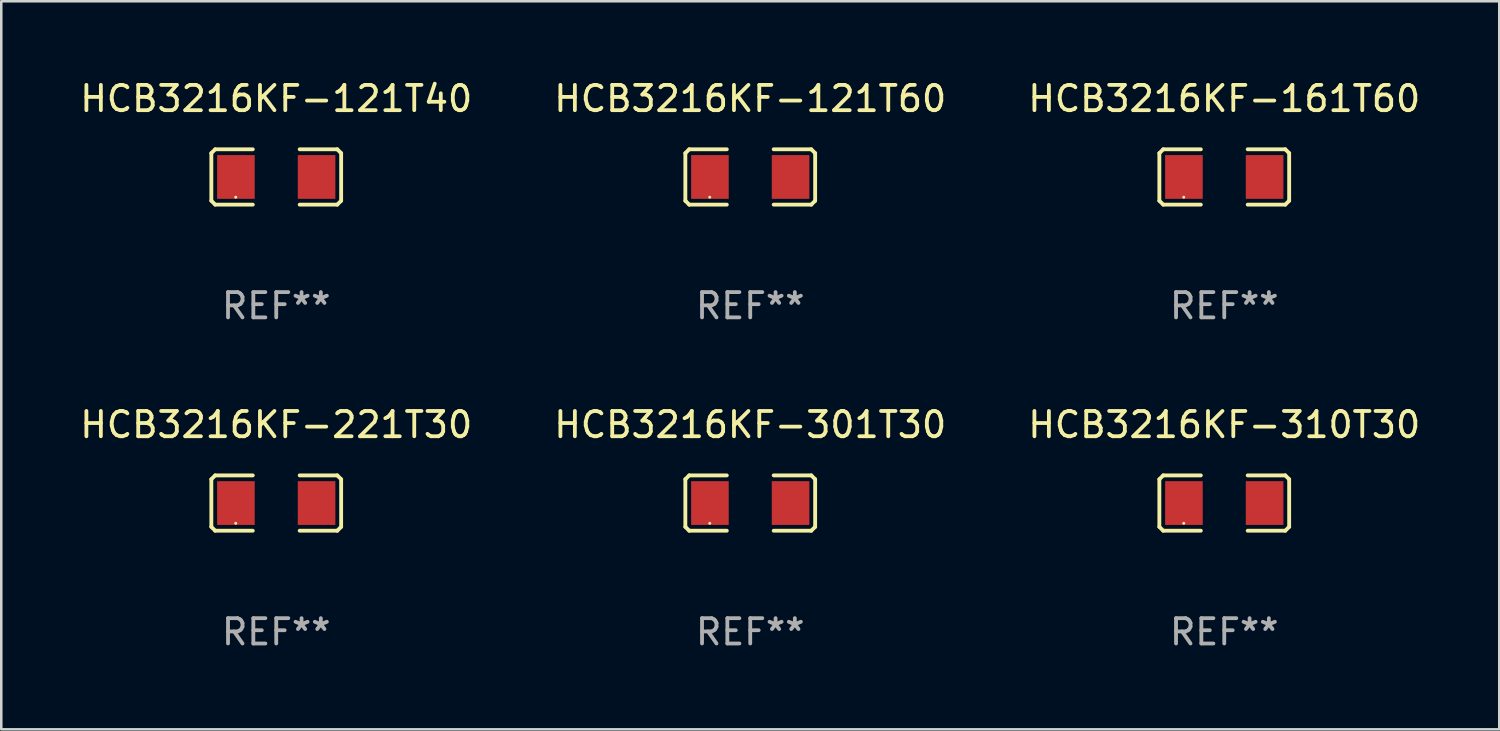
<source format=kicad_pcb>
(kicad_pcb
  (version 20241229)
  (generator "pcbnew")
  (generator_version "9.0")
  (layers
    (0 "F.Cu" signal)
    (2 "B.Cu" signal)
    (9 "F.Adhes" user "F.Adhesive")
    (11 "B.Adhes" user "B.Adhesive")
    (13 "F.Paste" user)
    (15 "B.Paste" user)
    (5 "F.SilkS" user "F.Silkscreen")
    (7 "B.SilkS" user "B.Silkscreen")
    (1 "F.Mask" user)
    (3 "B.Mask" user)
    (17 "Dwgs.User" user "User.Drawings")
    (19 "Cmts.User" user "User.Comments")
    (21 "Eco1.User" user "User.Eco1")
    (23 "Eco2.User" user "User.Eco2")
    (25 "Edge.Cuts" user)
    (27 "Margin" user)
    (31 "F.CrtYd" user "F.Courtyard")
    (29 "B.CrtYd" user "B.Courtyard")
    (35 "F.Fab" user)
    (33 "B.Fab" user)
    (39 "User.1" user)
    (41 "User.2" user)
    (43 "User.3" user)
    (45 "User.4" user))
  (footprint "HCB3216KF-121T60"
    (layer "F.Cu")
    (at 26.589 3.941)
    (property "Reference" "HCB3216KF-121T60" (at 0 -3.093 0) (layer "F.SilkS") (effects (font (size 1 1) (thickness 0.15))))
    (attr through_hole)
    (fp_line (start -2.564 -0.94) (end -2.411 -1.093) (stroke (width 0.152) (type solid)) (layer "F.SilkS"))
    (fp_line (start -2.564 0.94) (end -2.564 -0.94) (stroke (width 0.152) (type solid)) (layer "F.SilkS"))
    (fp_line (start -2.411 -1.093) (end -0.926 -1.093) (stroke (width 0.152) (type solid)) (layer "F.SilkS"))
    (fp_line (start -2.411 1.093) (end -2.564 0.94) (stroke (width 0.152) (type solid)) (layer "F.SilkS"))
    (fp_line (start -0.926 1.093) (end -2.411 1.093) (stroke (width 0.152) (type solid)) (layer "F.SilkS"))
    (fp_line (start 0.926 1.093) (end 2.411 1.093) (stroke (width 0.152) (type solid)) (layer "F.SilkS"))
    (fp_line (start 2.411 -1.093) (end 0.926 -1.093) (stroke (width 0.152) (type solid)) (layer "F.SilkS"))
    (fp_line (start 2.411 1.093) (end 2.564 0.94) (stroke (width 0.152) (type solid)) (layer "F.SilkS"))
    (fp_line (start 2.564 -0.94) (end 2.411 -1.093) (stroke (width 0.152) (type solid)) (layer "F.SilkS"))
    (fp_line (start 2.564 0.94) (end 2.564 -0.94) (stroke (width 0.152) (type solid)) (layer "F.SilkS"))
    (fp_circle (center -1.6 0.8) (end -1.57 0.8) (stroke (width 0.06) (type solid)) (fill no) (layer "F.SilkS"))
    (fp_text user "REF**" (at 0 5.093 0) (layer "F.Fab") (effects (font (size 1 1) (thickness 0.15))))
    (pad "1" smd rect (at -1.593 0) (size 1.485 1.728) (layers "F.Cu" "F.Mask" "F.Paste"))
    (pad "2" smd rect (at 1.593 0) (size 1.485 1.728) (layers "F.Cu" "F.Mask" "F.Paste")))
  (footprint "HCB3216KF-161T60"
    (layer "F.Cu")
    (at 45.315 3.941)
    (property "Reference" "HCB3216KF-161T60" (at 0 -3.093 0) (layer "F.SilkS") (effects (font (size 1 1) (thickness 0.15))))
    (attr through_hole)
    (fp_line (start -2.564 -0.94) (end -2.411 -1.093) (stroke (width 0.152) (type solid)) (layer "F.SilkS"))
    (fp_line (start -2.564 0.94) (end -2.564 -0.94) (stroke (width 0.152) (type solid)) (layer "F.SilkS"))
    (fp_line (start -2.411 -1.093) (end -0.926 -1.093) (stroke (width 0.152) (type solid)) (layer "F.SilkS"))
    (fp_line (start -2.411 1.093) (end -2.564 0.94) (stroke (width 0.152) (type solid)) (layer "F.SilkS"))
    (fp_line (start -0.926 1.093) (end -2.411 1.093) (stroke (width 0.152) (type solid)) (layer "F.SilkS"))
    (fp_line (start 0.926 1.093) (end 2.411 1.093) (stroke (width 0.152) (type solid)) (layer "F.SilkS"))
    (fp_line (start 2.411 -1.093) (end 0.926 -1.093) (stroke (width 0.152) (type solid)) (layer "F.SilkS"))
    (fp_line (start 2.411 1.093) (end 2.564 0.94) (stroke (width 0.152) (type solid)) (layer "F.SilkS"))
    (fp_line (start 2.564 -0.94) (end 2.411 -1.093) (stroke (width 0.152) (type solid)) (layer "F.SilkS"))
    (fp_line (start 2.564 0.94) (end 2.564 -0.94) (stroke (width 0.152) (type solid)) (layer "F.SilkS"))
    (fp_circle (center -1.6 0.8) (end -1.57 0.8) (stroke (width 0.06) (type solid)) (fill no) (layer "F.SilkS"))
    (fp_text user "REF**" (at 0 5.093 0) (layer "F.Fab") (effects (font (size 1 1) (thickness 0.15))))
    (pad "1" smd rect (at -1.593 0) (size 1.485 1.728) (layers "F.Cu" "F.Mask" "F.Paste"))
    (pad "2" smd rect (at 1.593 0) (size 1.485 1.728) (layers "F.Cu" "F.Mask" "F.Paste")))
  (footprint "HCB3216KF-121T40"
    (layer "F.Cu")
    (at 7.863 3.941)
    (property "Reference" "HCB3216KF-121T40" (at 0 -3.093 0) (layer "F.SilkS") (effects (font (size 1 1) (thickness 0.15))))
    (attr through_hole)
    (fp_line (start -2.564 -0.94) (end -2.411 -1.093) (stroke (width 0.152) (type solid)) (layer "F.SilkS"))
    (fp_line (start -2.564 0.94) (end -2.564 -0.94) (stroke (width 0.152) (type solid)) (layer "F.SilkS"))
    (fp_line (start -2.411 -1.093) (end -0.926 -1.093) (stroke (width 0.152) (type solid)) (layer "F.SilkS"))
    (fp_line (start -2.411 1.093) (end -2.564 0.94) (stroke (width 0.152) (type solid)) (layer "F.SilkS"))
    (fp_line (start -0.926 1.093) (end -2.411 1.093) (stroke (width 0.152) (type solid)) (layer "F.SilkS"))
    (fp_line (start 0.926 1.093) (end 2.411 1.093) (stroke (width 0.152) (type solid)) (layer "F.SilkS"))
    (fp_line (start 2.411 -1.093) (end 0.926 -1.093) (stroke (width 0.152) (type solid)) (layer "F.SilkS"))
    (fp_line (start 2.411 1.093) (end 2.564 0.94) (stroke (width 0.152) (type solid)) (layer "F.SilkS"))
    (fp_line (start 2.564 -0.94) (end 2.411 -1.093) (stroke (width 0.152) (type solid)) (layer "F.SilkS"))
    (fp_line (start 2.564 0.94) (end 2.564 -0.94) (stroke (width 0.152) (type solid)) (layer "F.SilkS"))
    (fp_circle (center -1.6 0.8) (end -1.57 0.8) (stroke (width 0.06) (type solid)) (fill no) (layer "F.SilkS"))
    (fp_text user "REF**" (at 0 5.093 0) (layer "F.Fab") (effects (font (size 1 1) (thickness 0.15))))
    (pad "1" smd rect (at -1.593 0) (size 1.485 1.728) (layers "F.Cu" "F.Mask" "F.Paste"))
    (pad "2" smd rect (at 1.593 0) (size 1.485 1.728) (layers "F.Cu" "F.Mask" "F.Paste")))
  (footprint "HCB3216KF-301T30"
    (layer "F.Cu")
    (at 26.589 16.823)
    (property "Reference" "HCB3216KF-301T30" (at 0 -3.093 0) (layer "F.SilkS") (effects (font (size 1 1) (thickness 0.15))))
    (attr through_hole)
    (fp_line (start -2.564 -0.94) (end -2.411 -1.093) (stroke (width 0.152) (type solid)) (layer "F.SilkS"))
    (fp_line (start -2.564 0.94) (end -2.564 -0.94) (stroke (width 0.152) (type solid)) (layer "F.SilkS"))
    (fp_line (start -2.411 -1.093) (end -0.926 -1.093) (stroke (width 0.152) (type solid)) (layer "F.SilkS"))
    (fp_line (start -2.411 1.093) (end -2.564 0.94) (stroke (width 0.152) (type solid)) (layer "F.SilkS"))
    (fp_line (start -0.926 1.093) (end -2.411 1.093) (stroke (width 0.152) (type solid)) (layer "F.SilkS"))
    (fp_line (start 0.926 1.093) (end 2.411 1.093) (stroke (width 0.152) (type solid)) (layer "F.SilkS"))
    (fp_line (start 2.411 -1.093) (end 0.926 -1.093) (stroke (width 0.152) (type solid)) (layer "F.SilkS"))
    (fp_line (start 2.411 1.093) (end 2.564 0.94) (stroke (width 0.152) (type solid)) (layer "F.SilkS"))
    (fp_line (start 2.564 -0.94) (end 2.411 -1.093) (stroke (width 0.152) (type solid)) (layer "F.SilkS"))
    (fp_line (start 2.564 0.94) (end 2.564 -0.94) (stroke (width 0.152) (type solid)) (layer "F.SilkS"))
    (fp_circle (center -1.6 0.8) (end -1.57 0.8) (stroke (width 0.06) (type solid)) (fill no) (layer "F.SilkS"))
    (fp_text user "REF**" (at 0 5.093 0) (layer "F.Fab") (effects (font (size 1 1) (thickness 0.15))))
    (pad "1" smd rect (at -1.593 0) (size 1.485 1.728) (layers "F.Cu" "F.Mask" "F.Paste"))
    (pad "2" smd rect (at 1.593 0) (size 1.485 1.728) (layers "F.Cu" "F.Mask" "F.Paste")))
  (footprint "HCB3216KF-310T30"
    (layer "F.Cu")
    (at 45.315 16.823)
    (property "Reference" "HCB3216KF-310T30" (at 0 -3.093 0) (layer "F.SilkS") (effects (font (size 1 1) (thickness 0.15))))
    (attr through_hole)
    (fp_line (start -2.564 -0.94) (end -2.411 -1.093) (stroke (width 0.152) (type solid)) (layer "F.SilkS"))
    (fp_line (start -2.564 0.94) (end -2.564 -0.94) (stroke (width 0.152) (type solid)) (layer "F.SilkS"))
    (fp_line (start -2.411 -1.093) (end -0.926 -1.093) (stroke (width 0.152) (type solid)) (layer "F.SilkS"))
    (fp_line (start -2.411 1.093) (end -2.564 0.94) (stroke (width 0.152) (type solid)) (layer "F.SilkS"))
    (fp_line (start -0.926 1.093) (end -2.411 1.093) (stroke (width 0.152) (type solid)) (layer "F.SilkS"))
    (fp_line (start 0.926 1.093) (end 2.411 1.093) (stroke (width 0.152) (type solid)) (layer "F.SilkS"))
    (fp_line (start 2.411 -1.093) (end 0.926 -1.093) (stroke (width 0.152) (type solid)) (layer "F.SilkS"))
    (fp_line (start 2.411 1.093) (end 2.564 0.94) (stroke (width 0.152) (type solid)) (layer "F.SilkS"))
    (fp_line (start 2.564 -0.94) (end 2.411 -1.093) (stroke (width 0.152) (type solid)) (layer "F.SilkS"))
    (fp_line (start 2.564 0.94) (end 2.564 -0.94) (stroke (width 0.152) (type solid)) (layer "F.SilkS"))
    (fp_circle (center -1.6 0.8) (end -1.57 0.8) (stroke (width 0.06) (type solid)) (fill no) (layer "F.SilkS"))
    (fp_text user "REF**" (at 0 5.093 0) (layer "F.Fab") (effects (font (size 1 1) (thickness 0.15))))
    (pad "1" smd rect (at -1.593 0) (size 1.485 1.728) (layers "F.Cu" "F.Mask" "F.Paste"))
    (pad "2" smd rect (at 1.593 0) (size 1.485 1.728) (layers "F.Cu" "F.Mask" "F.Paste")))
  (footprint "HCB3216KF-221T30"
    (layer "F.Cu")
    (at 7.863 16.823)
    (property "Reference" "HCB3216KF-221T30" (at 0 -3.093 0) (layer "F.SilkS") (effects (font (size 1 1) (thickness 0.15))))
    (attr through_hole)
    (fp_line (start -2.564 -0.94) (end -2.411 -1.093) (stroke (width 0.152) (type solid)) (layer "F.SilkS"))
    (fp_line (start -2.564 0.94) (end -2.564 -0.94) (stroke (width 0.152) (type solid)) (layer "F.SilkS"))
    (fp_line (start -2.411 -1.093) (end -0.926 -1.093) (stroke (width 0.152) (type solid)) (layer "F.SilkS"))
    (fp_line (start -2.411 1.093) (end -2.564 0.94) (stroke (width 0.152) (type solid)) (layer "F.SilkS"))
    (fp_line (start -0.926 1.093) (end -2.411 1.093) (stroke (width 0.152) (type solid)) (layer "F.SilkS"))
    (fp_line (start 0.926 1.093) (end 2.411 1.093) (stroke (width 0.152) (type solid)) (layer "F.SilkS"))
    (fp_line (start 2.411 -1.093) (end 0.926 -1.093) (stroke (width 0.152) (type solid)) (layer "F.SilkS"))
    (fp_line (start 2.411 1.093) (end 2.564 0.94) (stroke (width 0.152) (type solid)) (layer "F.SilkS"))
    (fp_line (start 2.564 -0.94) (end 2.411 -1.093) (stroke (width 0.152) (type solid)) (layer "F.SilkS"))
    (fp_line (start 2.564 0.94) (end 2.564 -0.94) (stroke (width 0.152) (type solid)) (layer "F.SilkS"))
    (fp_circle (center -1.6 0.8) (end -1.57 0.8) (stroke (width 0.06) (type solid)) (fill no) (layer "F.SilkS"))
    (fp_text user "REF**" (at 0 5.093 0) (layer "F.Fab") (effects (font (size 1 1) (thickness 0.15))))
    (pad "1" smd rect (at -1.593 0) (size 1.485 1.728) (layers "F.Cu" "F.Mask" "F.Paste"))
    (pad "2" smd rect (at 1.593 0) (size 1.485 1.728) (layers "F.Cu" "F.Mask" "F.Paste")))
  (gr_rect
    (start -3 -3)
    (end 56.179 25.763)
    (stroke (width 0.1) (type default))
    (fill no)
    (layer "Edge.Cuts")))
</source>
